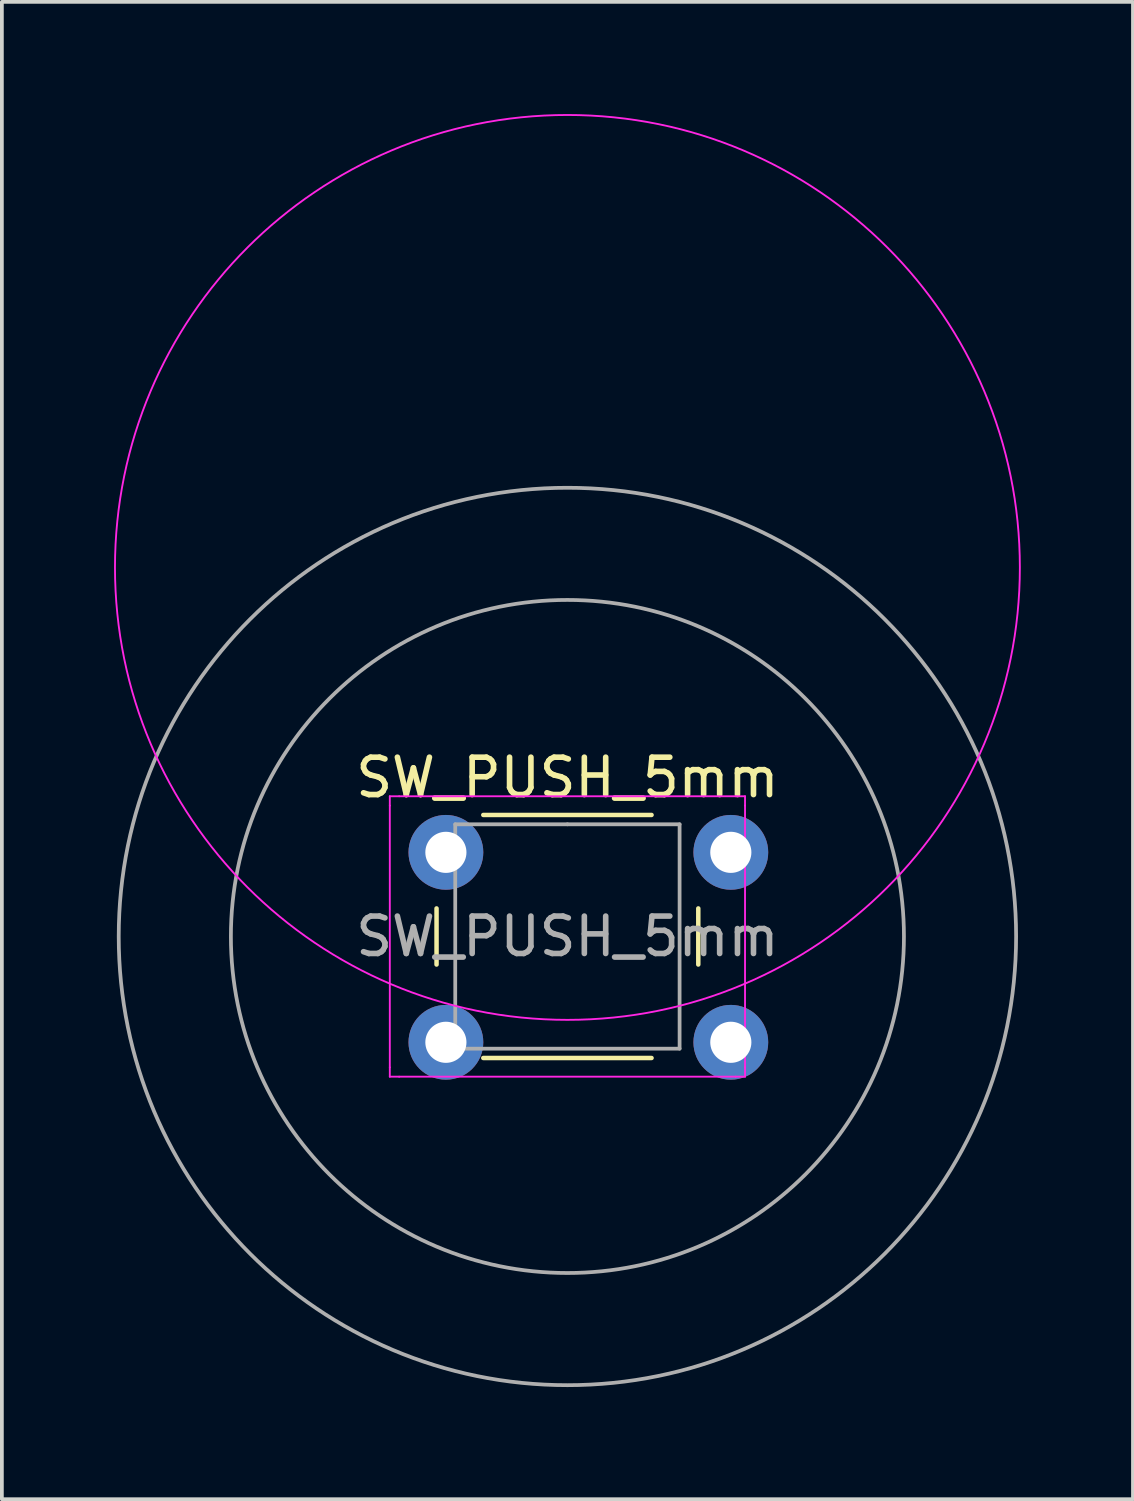
<source format=kicad_pcb>
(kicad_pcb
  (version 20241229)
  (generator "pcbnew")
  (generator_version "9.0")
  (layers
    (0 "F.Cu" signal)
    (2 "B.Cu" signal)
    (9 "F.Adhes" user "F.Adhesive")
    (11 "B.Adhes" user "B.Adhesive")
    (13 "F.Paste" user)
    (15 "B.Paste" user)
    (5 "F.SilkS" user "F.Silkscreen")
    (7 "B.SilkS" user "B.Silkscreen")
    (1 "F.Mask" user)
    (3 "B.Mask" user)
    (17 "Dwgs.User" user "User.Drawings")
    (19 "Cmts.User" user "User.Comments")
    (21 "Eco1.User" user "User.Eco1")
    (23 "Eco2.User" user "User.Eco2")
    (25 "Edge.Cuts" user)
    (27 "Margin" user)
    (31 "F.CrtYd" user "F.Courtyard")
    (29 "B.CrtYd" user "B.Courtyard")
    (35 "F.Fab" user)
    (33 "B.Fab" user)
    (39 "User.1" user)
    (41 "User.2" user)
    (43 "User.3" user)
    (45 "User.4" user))
  (footprint "SW_PUSH_5mm"
    (layer "F.Cu")
    (at 8.875 19.745)
    (property "Reference" "SW_PUSH_5mm" (at 3.25 -2 0) (layer "F.SilkS") (effects (font (size 1 1) (thickness 0.15))))
    (attr through_hole)
    (fp_line (start -0.25 1.5) (end -0.25 3) (stroke (width 0.12) (type solid)) (layer "F.SilkS"))
    (fp_line (start 1 5.5) (end 5.5 5.5) (stroke (width 0.12) (type solid)) (layer "F.SilkS"))
    (fp_line (start 5.5 -1) (end 1 -1) (stroke (width 0.12) (type solid)) (layer "F.SilkS"))
    (fp_line (start 6.75 3) (end 6.75 1.5) (stroke (width 0.12) (type solid)) (layer "F.SilkS"))
    (fp_line (start -1.5 -1.5) (end -1.25 -1.5) (stroke (width 0.05) (type solid)) (layer "F.CrtYd"))
    (fp_line (start -1.5 -1.25) (end -1.5 -1.5) (stroke (width 0.05) (type solid)) (layer "F.CrtYd"))
    (fp_line (start -1.5 5.75) (end -1.5 -1.25) (stroke (width 0.05) (type solid)) (layer "F.CrtYd"))
    (fp_line (start -1.5 5.75) (end -1.5 6) (stroke (width 0.05) (type solid)) (layer "F.CrtYd"))
    (fp_line (start -1.5 6) (end -1.25 6) (stroke (width 0.05) (type solid)) (layer "F.CrtYd"))
    (fp_line (start -1.25 -1.5) (end 7.75 -1.5) (stroke (width 0.05) (type solid)) (layer "F.CrtYd"))
    (fp_line (start 7.75 -1.5) (end 8 -1.5) (stroke (width 0.05) (type solid)) (layer "F.CrtYd"))
    (fp_line (start 7.75 6) (end -1.25 6) (stroke (width 0.05) (type solid)) (layer "F.CrtYd"))
    (fp_line (start 7.75 6) (end 8 6) (stroke (width 0.05) (type solid)) (layer "F.CrtYd"))
    (fp_line (start 8 -1.5) (end 8 -1.25) (stroke (width 0.05) (type solid)) (layer "F.CrtYd"))
    (fp_line (start 8 -1.25) (end 8 5.75) (stroke (width 0.05) (type solid)) (layer "F.CrtYd"))
    (fp_line (start 8 6) (end 8 5.75) (stroke (width 0.05) (type solid)) (layer "F.CrtYd"))
    (fp_circle (center 3.25 -7.62) (end 15.35 -7.62) (stroke (width 0.05) (type solid)) (fill no) (layer "F.CrtYd"))
    (fp_line (start 0.25 -0.75) (end 3.25 -0.75) (stroke (width 0.1) (type solid)) (layer "F.Fab"))
    (fp_line (start 0.25 5.25) (end 0.25 -0.75) (stroke (width 0.1) (type solid)) (layer "F.Fab"))
    (fp_line (start 3.25 -0.75) (end 6.25 -0.75) (stroke (width 0.1) (type solid)) (layer "F.Fab"))
    (fp_line (start 6.25 -0.75) (end 6.25 5.25) (stroke (width 0.1) (type solid)) (layer "F.Fab"))
    (fp_line (start 6.25 5.25) (end 0.25 5.25) (stroke (width 0.1) (type solid)) (layer "F.Fab"))
    (fp_circle (center 3.25 2.25) (end 12.25 2.25) (stroke (width 0.1) (type solid)) (fill no) (layer "F.Fab"))
    (fp_circle (center 3.25 2.25) (end 15.25 2.25) (stroke (width 0.1) (type solid)) (fill no) (layer "F.Fab"))
    (fp_text user "${REFERENCE}" (at 3.25 2.25 0) (layer "F.Fab") (effects (font (size 1 1) (thickness 0.15))))
    (pad "1" thru_hole circle (at 0 0 90) (size 2 2) (drill 1.1) (layers "*.Cu" "*.Mask"))
    (pad "1" thru_hole circle (at 7.62 0 90) (size 2 2) (drill 1.1) (layers "*.Cu" "*.Mask"))
    (pad "2" thru_hole circle (at 0 5.08 90) (size 2 2) (drill 1.1) (layers "*.Cu" "*.Mask"))
    (pad "2" thru_hole circle (at 7.62 5.08 180) (size 2 2) (drill 1.1) (layers "*.Cu" "*.Mask")))
  (gr_rect
    (start -3 -3)
    (end 27.25 37.045)
    (stroke (width 0.1) (type default))
    (fill no)
    (layer "Edge.Cuts")))
</source>
